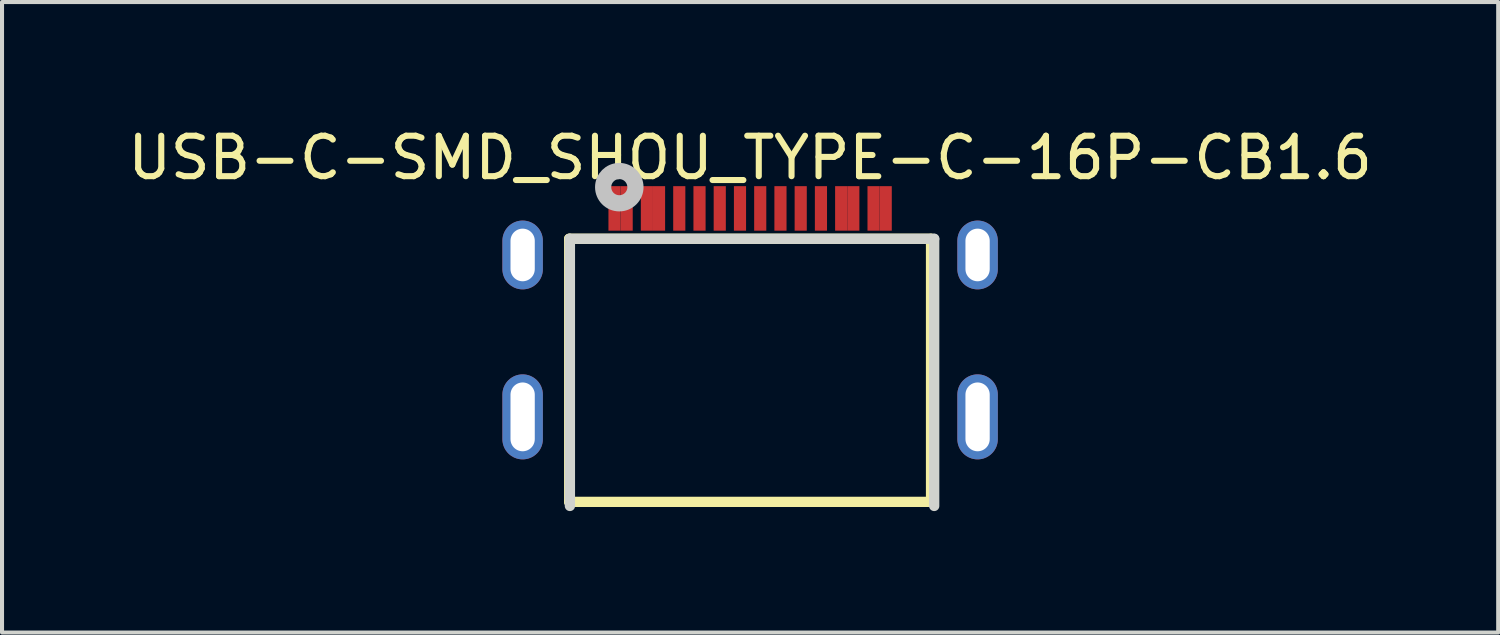
<source format=kicad_pcb>
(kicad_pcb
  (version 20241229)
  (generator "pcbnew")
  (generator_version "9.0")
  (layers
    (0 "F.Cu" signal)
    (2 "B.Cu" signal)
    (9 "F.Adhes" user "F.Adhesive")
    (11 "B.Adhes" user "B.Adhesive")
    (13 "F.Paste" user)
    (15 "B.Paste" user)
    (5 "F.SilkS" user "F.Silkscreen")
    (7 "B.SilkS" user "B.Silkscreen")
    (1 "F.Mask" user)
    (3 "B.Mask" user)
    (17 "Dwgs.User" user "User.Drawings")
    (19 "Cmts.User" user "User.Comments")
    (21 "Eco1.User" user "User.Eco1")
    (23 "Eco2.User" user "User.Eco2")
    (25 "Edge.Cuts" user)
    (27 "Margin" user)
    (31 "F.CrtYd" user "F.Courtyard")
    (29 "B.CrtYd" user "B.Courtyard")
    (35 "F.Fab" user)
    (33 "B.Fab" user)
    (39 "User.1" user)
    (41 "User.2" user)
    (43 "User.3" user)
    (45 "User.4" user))
  (footprint "USB-C-SMD_SHOU_TYPE-C-16P-CB1.6"
    (layer "F.Cu")
    (at 15.482 4.674)
    (property "Reference" "USB-C-SMD_SHOU_TYPE-C-16P-CB1.6" (at 0 -3.826 0) (layer "F.SilkS") (effects (font (size 1 1) (thickness 0.15))))
    (fp_line (start -4.47 -1.825) (end 4.47 -1.825) (stroke (width 0.254) (type default)) (layer "F.SilkS"))
    (fp_line (start -4.47 4.675) (end -4.47 -1.825) (stroke (width 0.254) (type default)) (layer "F.SilkS"))
    (fp_line (start -4.47 4.675) (end 4.47 4.675) (stroke (width 0.254) (type default)) (layer "F.SilkS"))
    (fp_line (start 4.47 4.675) (end 4.47 -1.825) (stroke (width 0.254) (type default)) (layer "F.SilkS"))
    (fp_poly (pts (xy -1.9 -3.125) (xy -1.6 -3.125) (xy -1.6 -2.025) (xy -1.9 -2.025)) (stroke (width 0) (type default)) (fill yes) (layer "F.Paste"))
    (fp_poly (pts (xy -1.4 -3.125) (xy -1.1 -3.125) (xy -1.1 -2.025) (xy -1.4 -2.025)) (stroke (width 0) (type default)) (fill yes) (layer "F.Paste"))
    (fp_poly (pts (xy -0.9 -3.125) (xy -0.6 -3.125) (xy -0.6 -2.025) (xy -0.9 -2.025)) (stroke (width 0) (type default)) (fill yes) (layer "F.Paste"))
    (fp_poly (pts (xy -0.4 -3.125) (xy -0.1 -3.125) (xy -0.1 -2.025) (xy -0.4 -2.025)) (stroke (width 0) (type default)) (fill yes) (layer "F.Paste"))
    (fp_poly (pts (xy 0.1 -3.125) (xy 0.4 -3.125) (xy 0.4 -2.025) (xy 0.1 -2.025)) (stroke (width 0) (type default)) (fill yes) (layer "F.Paste"))
    (fp_poly (pts (xy 0.6 -3.125) (xy 0.9 -3.125) (xy 0.9 -2.025) (xy 0.6 -2.025)) (stroke (width 0) (type default)) (fill yes) (layer "F.Paste"))
    (fp_poly (pts (xy 1.1 -3.125) (xy 1.4 -3.125) (xy 1.4 -2.025) (xy 1.1 -2.025)) (stroke (width 0) (type default)) (fill yes) (layer "F.Paste"))
    (fp_poly (pts (xy 1.6 -3.125) (xy 1.9 -3.125) (xy 1.9 -2.025) (xy 1.6 -2.025)) (stroke (width 0) (type default)) (fill yes) (layer "F.Paste"))
    (fp_poly (pts (xy -3.502 -3.125) (xy -2.902 -3.125) (xy -2.902 -2.023) (xy -3.497 -2.023) (xy -3.497 -2.183)) (stroke (width 0) (type default)) (fill yes) (layer "F.Paste"))
    (fp_poly (pts (xy -2.707 -3.124) (xy -2.107 -3.124) (xy -2.107 -2.023) (xy -2.701 -2.023) (xy -2.701 -2.183)) (stroke (width 0) (type default)) (fill yes) (layer "F.Paste"))
    (fp_poly (pts (xy 2.095 -3.119) (xy 2.696 -3.119) (xy 2.696 -2.018) (xy 2.1 -2.018) (xy 2.1 -2.178)) (stroke (width 0) (type default)) (fill yes) (layer "F.Paste"))
    (fp_poly (pts (xy 2.897 -3.126) (xy 3.498 -3.126) (xy 3.498 -2.025) (xy 2.902 -2.025) (xy 2.902 -2.184)) (stroke (width 0) (type default)) (fill yes) (layer "F.Paste"))
    (fp_poly (pts (arc (start -6.12 -1.775) (mid -5.62 -2.275) (end -5.12 -1.775)) (arc (start -5.12 -1.075) (mid -5.62 -0.575) (end -6.12 -1.075))) (stroke (width 0) (type default)) (fill yes) (layer "F.Paste"))
    (fp_poly (pts (arc (start -6.12 2.025) (mid -5.62 1.525) (end -5.12 2.025)) (arc (start -5.12 3.125) (mid -5.62 3.625) (end -6.12 3.125))) (stroke (width 0) (type default)) (fill yes) (layer "F.Paste"))
    (fp_poly (pts (arc (start 5.12 -1.775) (mid 5.62 -2.275) (end 6.12 -1.775)) (arc (start 6.12 -1.075) (mid 5.62 -0.575) (end 5.12 -1.075))) (stroke (width 0) (type default)) (fill yes) (layer "F.Paste"))
    (fp_poly (pts (arc (start 5.12 2.025) (mid 5.62 1.525) (end 6.12 2.025)) (arc (start 6.12 3.125) (mid 5.62 3.625) (end 5.12 3.125))) (stroke (width 0) (type default)) (fill yes) (layer "F.Paste"))
    (fp_circle (center -3.232 -3.1) (end -3.033 -3.1) (stroke (width 0.4) (type default)) (fill no) (layer "Dwgs.User"))
    (fp_line (start -4.452 -1.824) (end -4.452 4.776) (stroke (width 0.254) (type default)) (layer "Edge.Cuts"))
    (fp_line (start 4.548 -1.824) (end -4.452 -1.824) (stroke (width 0.254) (type default)) (layer "Edge.Cuts"))
    (fp_line (start 4.548 4.776) (end 4.548 -1.824) (stroke (width 0.254) (type default)) (layer "Edge.Cuts"))
    (fp_poly (pts (xy -5.77 -1.825) (xy -5.47 -1.825) (xy -5.47 -1.025) (xy -5.77 -1.025)) (stroke (width 0.1) (type default)) (fill no) (layer "User.1"))
    (fp_poly (pts (xy -5.77 1.975) (xy -5.47 1.975) (xy -5.47 3.175) (xy -5.77 3.175)) (stroke (width 0.1) (type default)) (fill no) (layer "User.1"))
    (fp_poly (pts (xy -4.315 -1.02) (xy -5.765 -1.02) (xy -5.765 -1.82) (xy -4.315 -1.82)) (stroke (width 0.1) (type default)) (fill no) (layer "User.1"))
    (fp_poly (pts (xy -4.315 3.17) (xy -5.765 3.17) (xy -5.765 1.97) (xy -4.315 1.97)) (stroke (width 0.1) (type default)) (fill no) (layer "User.1"))
    (fp_poly (pts (xy -3.45 -2.524) (xy -3.25 -2.524) (xy -3.25 -1.724) (xy -3.45 -1.724)) (stroke (width 0.1) (type default)) (fill no) (layer "User.1"))
    (fp_poly (pts (xy -3.15 -2.524) (xy -2.95 -2.524) (xy -2.95 -1.724) (xy -3.15 -1.724)) (stroke (width 0.1) (type default)) (fill no) (layer "User.1"))
    (fp_poly (pts (xy -2.65 -2.524) (xy -2.45 -2.524) (xy -2.45 -1.724) (xy -2.65 -1.724)) (stroke (width 0.1) (type default)) (fill no) (layer "User.1"))
    (fp_poly (pts (xy -2.35 -2.524) (xy -2.15 -2.524) (xy -2.15 -1.724) (xy -2.35 -1.724)) (stroke (width 0.1) (type default)) (fill no) (layer "User.1"))
    (fp_poly (pts (xy -1.85 -2.524) (xy -1.65 -2.524) (xy -1.65 -1.724) (xy -1.85 -1.724)) (stroke (width 0.1) (type default)) (fill no) (layer "User.1"))
    (fp_poly (pts (xy -1.35 -2.524) (xy -1.15 -2.524) (xy -1.15 -1.724) (xy -1.35 -1.724)) (stroke (width 0.1) (type default)) (fill no) (layer "User.1"))
    (fp_poly (pts (xy -0.85 -2.524) (xy -0.65 -2.524) (xy -0.65 -1.724) (xy -0.85 -1.724)) (stroke (width 0.1) (type default)) (fill no) (layer "User.1"))
    (fp_poly (pts (xy -0.35 -2.524) (xy -0.15 -2.524) (xy -0.15 -1.724) (xy -0.35 -1.724)) (stroke (width 0.1) (type default)) (fill no) (layer "User.1"))
    (fp_poly (pts (xy 0.15 -2.524) (xy 0.35 -2.524) (xy 0.35 -1.724) (xy 0.15 -1.724)) (stroke (width 0.1) (type default)) (fill no) (layer "User.1"))
    (fp_poly (pts (xy 0.65 -2.524) (xy 0.85 -2.524) (xy 0.85 -1.724) (xy 0.65 -1.724)) (stroke (width 0.1) (type default)) (fill no) (layer "User.1"))
    (fp_poly (pts (xy 1.15 -2.524) (xy 1.35 -2.524) (xy 1.35 -1.724) (xy 1.15 -1.724)) (stroke (width 0.1) (type default)) (fill no) (layer "User.1"))
    (fp_poly (pts (xy 1.65 -2.524) (xy 1.85 -2.524) (xy 1.85 -1.724) (xy 1.65 -1.724)) (stroke (width 0.1) (type default)) (fill no) (layer "User.1"))
    (fp_poly (pts (xy 2.15 -2.524) (xy 2.35 -2.524) (xy 2.35 -1.724) (xy 2.15 -1.724)) (stroke (width 0.1) (type default)) (fill no) (layer "User.1"))
    (fp_poly (pts (xy 2.45 -2.524) (xy 2.65 -2.524) (xy 2.65 -1.724) (xy 2.45 -1.724)) (stroke (width 0.1) (type default)) (fill no) (layer "User.1"))
    (fp_poly (pts (xy 2.95 -2.524) (xy 3.15 -2.524) (xy 3.15 -1.724) (xy 2.95 -1.724)) (stroke (width 0.1) (type default)) (fill no) (layer "User.1"))
    (fp_poly (pts (xy 3.25 -2.524) (xy 3.45 -2.524) (xy 3.45 -1.724) (xy 3.25 -1.724)) (stroke (width 0.1) (type default)) (fill no) (layer "User.1"))
    (fp_poly (pts (xy 5.47 -1.825) (xy 5.77 -1.825) (xy 5.77 -1.025) (xy 5.47 -1.025)) (stroke (width 0.1) (type default)) (fill no) (layer "User.1"))
    (fp_poly (pts (xy 5.47 1.975) (xy 5.77 1.975) (xy 5.77 3.175) (xy 5.47 3.175)) (stroke (width 0.1) (type default)) (fill no) (layer "User.1"))
    (fp_poly (pts (xy 5.77 3.18) (xy 4.32 3.18) (xy 4.32 1.98) (xy 5.77 1.98)) (stroke (width 0.1) (type default)) (fill no) (layer "User.1"))
    (fp_poly (pts (xy 5.775 -1.02) (xy 4.325 -1.02) (xy 4.325 -1.82) (xy 5.775 -1.82)) (stroke (width 0.1) (type default)) (fill no) (layer "User.1"))
    (fp_line (start -4.47 -1.824) (end 4.47 -1.824) (stroke (width 0.051) (type default)) (layer "User.2"))
    (fp_line (start -4.47 4.676) (end -4.47 -1.824) (stroke (width 0.051) (type default)) (layer "User.2"))
    (fp_line (start 4.47 -1.824) (end 4.47 4.676) (stroke (width 0.051) (type default)) (layer "User.2"))
    (fp_line (start 4.47 4.676) (end -4.47 4.676) (stroke (width 0.051) (type default)) (layer "User.2"))
    (fp_poly (pts (xy -5.71 -2.523) (xy -5.728 -2.566) (xy -5.77 -2.583) (xy -5.812 -2.566) (xy -5.83 -2.523) (xy -5.812 -2.481) (xy -5.77 -2.463) (xy -5.728 -2.481)) (stroke (width 0.1) (type default)) (fill no) (layer "User.3"))
    (pad "A1" smd rect (at -3.35 -2.575) (size 0.3 1.1) (layers "F.Cu" "F.Mask" "F.Paste"))
    (pad "A4" smd rect (at -2.55 -2.575) (size 0.3 1.1) (layers "F.Cu" "F.Mask" "F.Paste"))
    (pad "A5" smd rect (at -1.25 -2.575) (size 0.3 1.1) (layers "F.Cu" "F.Mask" "F.Paste"))
    (pad "A6" smd rect (at -0.25 -2.575) (size 0.3 1.1) (layers "F.Cu" "F.Mask" "F.Paste"))
    (pad "A7" smd rect (at 0.25 -2.575) (size 0.3 1.1) (layers "F.Cu" "F.Mask" "F.Paste"))
    (pad "A8" smd rect (at 1.25 -2.575) (size 0.3 1.1) (layers "F.Cu" "F.Mask" "F.Paste"))
    (pad "A9" smd rect (at 2.55 -2.575) (size 0.3 1.1) (layers "F.Cu" "F.Mask" "F.Paste"))
    (pad "A12" smd rect (at 3.35 -2.575) (size 0.3 1.1) (layers "F.Cu" "F.Mask" "F.Paste"))
    (pad "B1" smd rect (at 3.05 -2.575) (size 0.3 1.1) (layers "F.Cu" "F.Mask" "F.Paste"))
    (pad "B4" smd rect (at 2.25 -2.575) (size 0.3 1.1) (layers "F.Cu" "F.Mask" "F.Paste"))
    (pad "B5" smd rect (at 1.75 -2.575) (size 0.3 1.1) (layers "F.Cu" "F.Mask" "F.Paste"))
    (pad "B6" smd rect (at 0.75 -2.575) (size 0.3 1.1) (layers "F.Cu" "F.Mask" "F.Paste"))
    (pad "B7" smd rect (at -0.75 -2.575) (size 0.3 1.1) (layers "F.Cu" "F.Mask" "F.Paste"))
    (pad "B8" smd rect (at -1.75 -2.575) (size 0.3 1.1) (layers "F.Cu" "F.Mask" "F.Paste"))
    (pad "B9" smd rect (at -2.25 -2.575) (size 0.3 1.1) (layers "F.Cu" "F.Mask" "F.Paste"))
    (pad "B12" smd rect (at -3.05 -2.575) (size 0.3 1.1) (layers "F.Cu" "F.Mask" "F.Paste"))
    (pad "S1" thru_hole oval (at -5.62 -1.425) (size 1 1.7) (drill oval 0.6 1.3) (layers "*.Cu" "*.Mask"))
    (pad "S1" thru_hole oval (at -5.62 2.575) (size 1 2.1) (drill oval 0.6 1.7) (layers "*.Cu" "*.Mask"))
    (pad "S1" thru_hole oval (at 5.62 -1.425) (size 1 1.7) (drill oval 0.6 1.3) (layers "*.Cu" "*.Mask"))
    (pad "S1" thru_hole oval (at 5.62 2.575) (size 1 2.1) (drill oval 0.6 1.7) (layers "*.Cu" "*.Mask")))
  (gr_rect
    (start -3 -3)
    (end 33.964 12.577)
    (stroke (width 0.1) (type default))
    (fill no)
    (layer "Edge.Cuts")))
</source>
